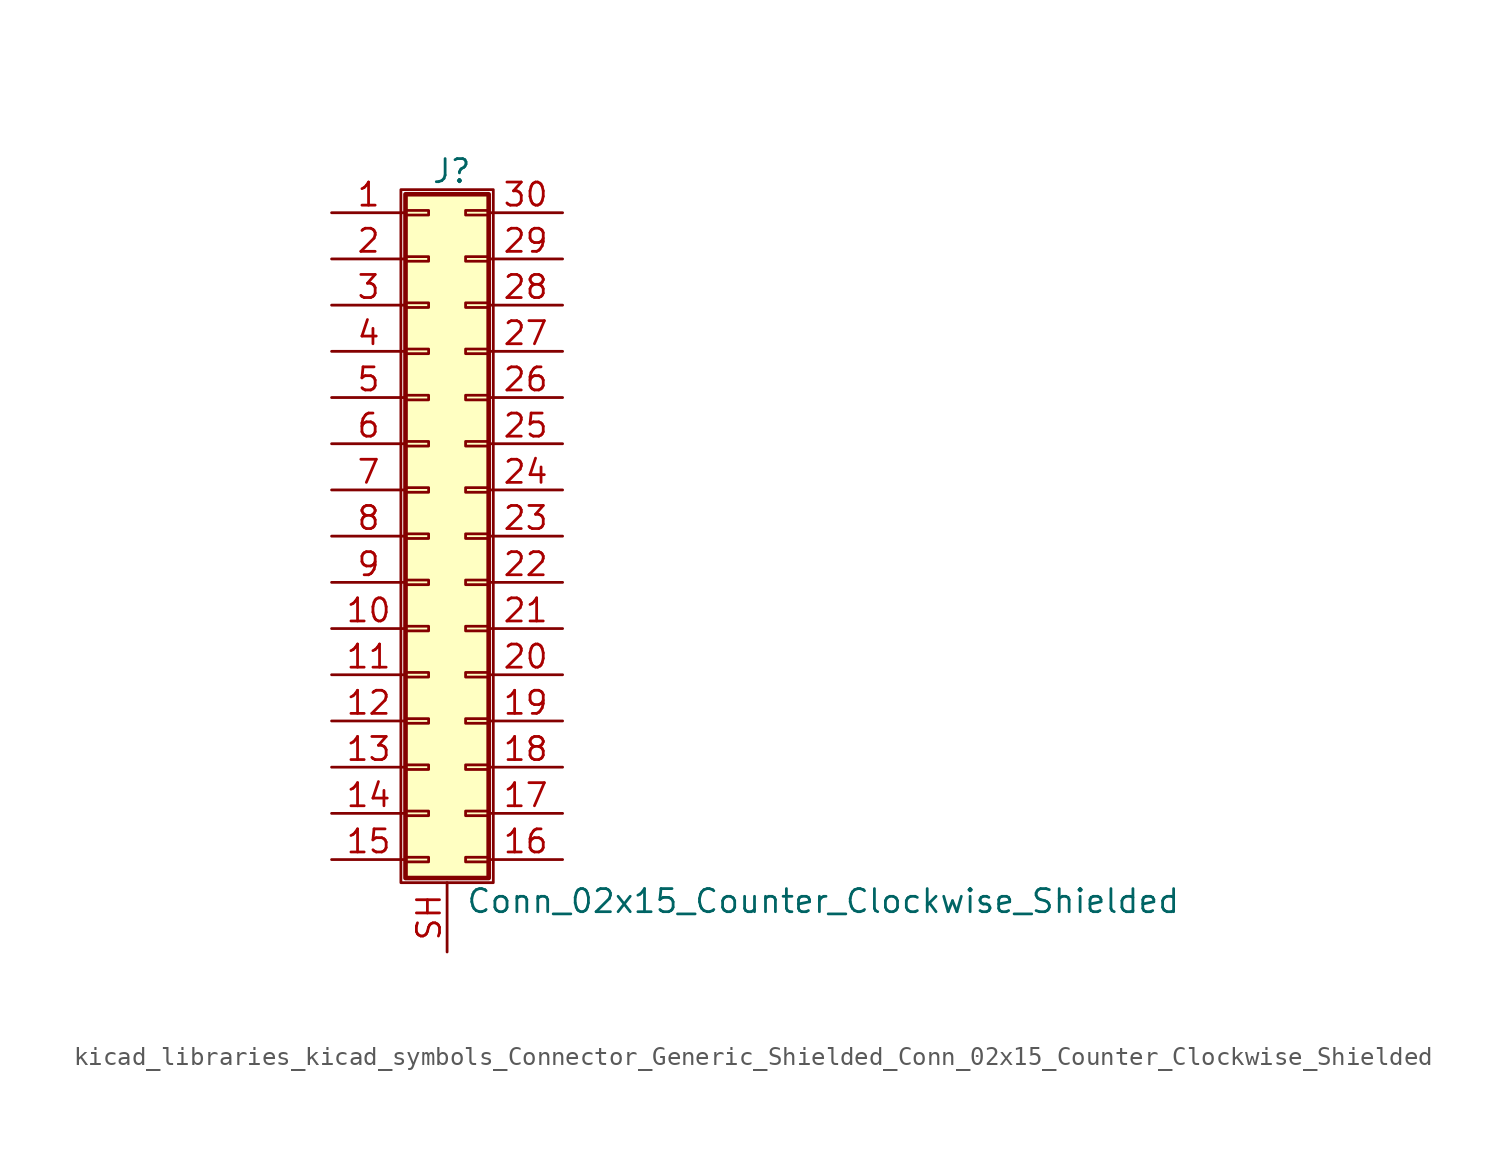
<source format=kicad_sym>
(kicad_symbol_lib
  (version 20220914)
  (generator kicad_symbol_editor)
  (symbol "kicad_libraries_kicad_symbols_Connector_Generic_Shielded_Conn_02x15_Counter_Clockwise_Shielded"
    (pin_names
      (offset 1.016) hide)
    (property "Reference" "J"
      (at 1.524 20.066 0)
      (effects (font (size 1.27 1.27))))
    (property "Value" "Conn_02x15_Counter_Clockwise_Shielded"
      (at 2.286 -20.066 0)
      (effects (font (size 1.27 1.27)) (justify left)))
    (symbol "kicad_libraries_kicad_symbols_Connector_Generic_Shielded_Conn_02x15_Counter_Clockwise_Shielded_1_1"
      (rectangle (start -1.27 19.05) (end 3.81 -19.05) (stroke (width 0.152) (type default)) (fill (type none)))
      (rectangle (start -1.016 -17.653) (end 0.254 -17.907) (stroke (width 0.152) (type default)) (fill (type none)))
      (rectangle (start -1.016 -15.113) (end 0.254 -15.367) (stroke (width 0.152) (type default)) (fill (type none)))
      (rectangle (start -1.016 -12.573) (end 0.254 -12.827) (stroke (width 0.152) (type default)) (fill (type none)))
      (rectangle (start -1.016 -10.033) (end 0.254 -10.287) (stroke (width 0.152) (type default)) (fill (type none)))
      (rectangle (start -1.016 -7.493) (end 0.254 -7.747) (stroke (width 0.152) (type default)) (fill (type none)))
      (rectangle (start -1.016 -4.953) (end 0.254 -5.207) (stroke (width 0.152) (type default)) (fill (type none)))
      (rectangle (start -1.016 -2.413) (end 0.254 -2.667) (stroke (width 0.152) (type default)) (fill (type none)))
      (rectangle (start -1.016 0.127) (end 0.254 -0.127) (stroke (width 0.152) (type default)) (fill (type none)))
      (rectangle (start -1.016 2.667) (end 0.254 2.413) (stroke (width 0.152) (type default)) (fill (type none)))
      (rectangle (start -1.016 5.207) (end 0.254 4.953) (stroke (width 0.152) (type default)) (fill (type none)))
      (rectangle (start -1.016 7.747) (end 0.254 7.493) (stroke (width 0.152) (type default)) (fill (type none)))
      (rectangle (start -1.016 10.287) (end 0.254 10.033) (stroke (width 0.152) (type default)) (fill (type none)))
      (rectangle (start -1.016 12.827) (end 0.254 12.573) (stroke (width 0.152) (type default)) (fill (type none)))
      (rectangle (start -1.016 15.367) (end 0.254 15.113) (stroke (width 0.152) (type default)) (fill (type none)))
      (rectangle (start -1.016 17.907) (end 0.254 17.653) (stroke (width 0.152) (type default)) (fill (type none)))
      (rectangle (start -1.016 18.796) (end 3.556 -18.796) (stroke (width 0.254) (type default)) (fill (type background)))
      (rectangle (start 3.556 -17.653) (end 2.286 -17.907) (stroke (width 0.152) (type default)) (fill (type none)))
      (rectangle (start 3.556 -15.113) (end 2.286 -15.367) (stroke (width 0.152) (type default)) (fill (type none)))
      (rectangle (start 3.556 -12.573) (end 2.286 -12.827) (stroke (width 0.152) (type default)) (fill (type none)))
      (rectangle (start 3.556 -10.033) (end 2.286 -10.287) (stroke (width 0.152) (type default)) (fill (type none)))
      (rectangle (start 3.556 -7.493) (end 2.286 -7.747) (stroke (width 0.152) (type default)) (fill (type none)))
      (rectangle (start 3.556 -4.953) (end 2.286 -5.207) (stroke (width 0.152) (type default)) (fill (type none)))
      (rectangle (start 3.556 -2.413) (end 2.286 -2.667) (stroke (width 0.152) (type default)) (fill (type none)))
      (rectangle (start 3.556 0.127) (end 2.286 -0.127) (stroke (width 0.152) (type default)) (fill (type none)))
      (rectangle (start 3.556 2.667) (end 2.286 2.413) (stroke (width 0.152) (type default)) (fill (type none)))
      (rectangle (start 3.556 5.207) (end 2.286 4.953) (stroke (width 0.152) (type default)) (fill (type none)))
      (rectangle (start 3.556 7.747) (end 2.286 7.493) (stroke (width 0.152) (type default)) (fill (type none)))
      (rectangle (start 3.556 10.287) (end 2.286 10.033) (stroke (width 0.152) (type default)) (fill (type none)))
      (rectangle (start 3.556 12.827) (end 2.286 12.573) (stroke (width 0.152) (type default)) (fill (type none)))
      (rectangle (start 3.556 15.367) (end 2.286 15.113) (stroke (width 0.152) (type default)) (fill (type none)))
      (rectangle (start 3.556 17.907) (end 2.286 17.653) (stroke (width 0.152) (type default)) (fill (type none)))
      (pin passive line (at -5.08 17.78 0) (length 4.064) (name "Pin_1" (effects (font (size 1.27 1.27)))) (number "1" (effects (font (size 1.27 1.27)))))
      (pin passive line (at -5.08 -5.08 0) (length 4.064) (name "Pin_10" (effects (font (size 1.27 1.27)))) (number "10" (effects (font (size 1.27 1.27)))))
      (pin passive line (at -5.08 -7.62 0) (length 4.064) (name "Pin_11" (effects (font (size 1.27 1.27)))) (number "11" (effects (font (size 1.27 1.27)))))
      (pin passive line (at -5.08 -10.16 0) (length 4.064) (name "Pin_12" (effects (font (size 1.27 1.27)))) (number "12" (effects (font (size 1.27 1.27)))))
      (pin passive line (at -5.08 -12.7 0) (length 4.064) (name "Pin_13" (effects (font (size 1.27 1.27)))) (number "13" (effects (font (size 1.27 1.27)))))
      (pin passive line (at -5.08 -15.24 0) (length 4.064) (name "Pin_14" (effects (font (size 1.27 1.27)))) (number "14" (effects (font (size 1.27 1.27)))))
      (pin passive line (at -5.08 -17.78 0) (length 4.064) (name "Pin_15" (effects (font (size 1.27 1.27)))) (number "15" (effects (font (size 1.27 1.27)))))
      (pin passive line (at 7.62 -17.78 180) (length 4.064) (name "Pin_16" (effects (font (size 1.27 1.27)))) (number "16" (effects (font (size 1.27 1.27)))))
      (pin passive line (at 7.62 -15.24 180) (length 4.064) (name "Pin_17" (effects (font (size 1.27 1.27)))) (number "17" (effects (font (size 1.27 1.27)))))
      (pin passive line (at 7.62 -12.7 180) (length 4.064) (name "Pin_18" (effects (font (size 1.27 1.27)))) (number "18" (effects (font (size 1.27 1.27)))))
      (pin passive line (at 7.62 -10.16 180) (length 4.064) (name "Pin_19" (effects (font (size 1.27 1.27)))) (number "19" (effects (font (size 1.27 1.27)))))
      (pin passive line (at -5.08 15.24 0) (length 4.064) (name "Pin_2" (effects (font (size 1.27 1.27)))) (number "2" (effects (font (size 1.27 1.27)))))
      (pin passive line (at 7.62 -7.62 180) (length 4.064) (name "Pin_20" (effects (font (size 1.27 1.27)))) (number "20" (effects (font (size 1.27 1.27)))))
      (pin passive line (at 7.62 -5.08 180) (length 4.064) (name "Pin_21" (effects (font (size 1.27 1.27)))) (number "21" (effects (font (size 1.27 1.27)))))
      (pin passive line (at 7.62 -2.54 180) (length 4.064) (name "Pin_22" (effects (font (size 1.27 1.27)))) (number "22" (effects (font (size 1.27 1.27)))))
      (pin passive line (at 7.62 0 180) (length 4.064) (name "Pin_23" (effects (font (size 1.27 1.27)))) (number "23" (effects (font (size 1.27 1.27)))))
      (pin passive line (at 7.62 2.54 180) (length 4.064) (name "Pin_24" (effects (font (size 1.27 1.27)))) (number "24" (effects (font (size 1.27 1.27)))))
      (pin passive line (at 7.62 5.08 180) (length 4.064) (name "Pin_25" (effects (font (size 1.27 1.27)))) (number "25" (effects (font (size 1.27 1.27)))))
      (pin passive line (at 7.62 7.62 180) (length 4.064) (name "Pin_26" (effects (font (size 1.27 1.27)))) (number "26" (effects (font (size 1.27 1.27)))))
      (pin passive line (at 7.62 10.16 180) (length 4.064) (name "Pin_27" (effects (font (size 1.27 1.27)))) (number "27" (effects (font (size 1.27 1.27)))))
      (pin passive line (at 7.62 12.7 180) (length 4.064) (name "Pin_28" (effects (font (size 1.27 1.27)))) (number "28" (effects (font (size 1.27 1.27)))))
      (pin passive line (at 7.62 15.24 180) (length 4.064) (name "Pin_29" (effects (font (size 1.27 1.27)))) (number "29" (effects (font (size 1.27 1.27)))))
      (pin passive line (at -5.08 12.7 0) (length 4.064) (name "Pin_3" (effects (font (size 1.27 1.27)))) (number "3" (effects (font (size 1.27 1.27)))))
      (pin passive line (at 7.62 17.78 180) (length 4.064) (name "Pin_30" (effects (font (size 1.27 1.27)))) (number "30" (effects (font (size 1.27 1.27)))))
      (pin passive line (at -5.08 10.16 0) (length 4.064) (name "Pin_4" (effects (font (size 1.27 1.27)))) (number "4" (effects (font (size 1.27 1.27)))))
      (pin passive line (at -5.08 7.62 0) (length 4.064) (name "Pin_5" (effects (font (size 1.27 1.27)))) (number "5" (effects (font (size 1.27 1.27)))))
      (pin passive line (at -5.08 5.08 0) (length 4.064) (name "Pin_6" (effects (font (size 1.27 1.27)))) (number "6" (effects (font (size 1.27 1.27)))))
      (pin passive line (at -5.08 2.54 0) (length 4.064) (name "Pin_7" (effects (font (size 1.27 1.27)))) (number "7" (effects (font (size 1.27 1.27)))))
      (pin passive line (at -5.08 0 0) (length 4.064) (name "Pin_8" (effects (font (size 1.27 1.27)))) (number "8" (effects (font (size 1.27 1.27)))))
      (pin passive line (at -5.08 -2.54 0) (length 4.064) (name "Pin_9" (effects (font (size 1.27 1.27)))) (number "9" (effects (font (size 1.27 1.27)))))
      (pin passive line (at 1.27 -22.86 90) (length 3.81) (name "Shield" (effects (font (size 1.27 1.27)))) (number "SH" (effects (font (size 1.27 1.27))))))))
</source>
